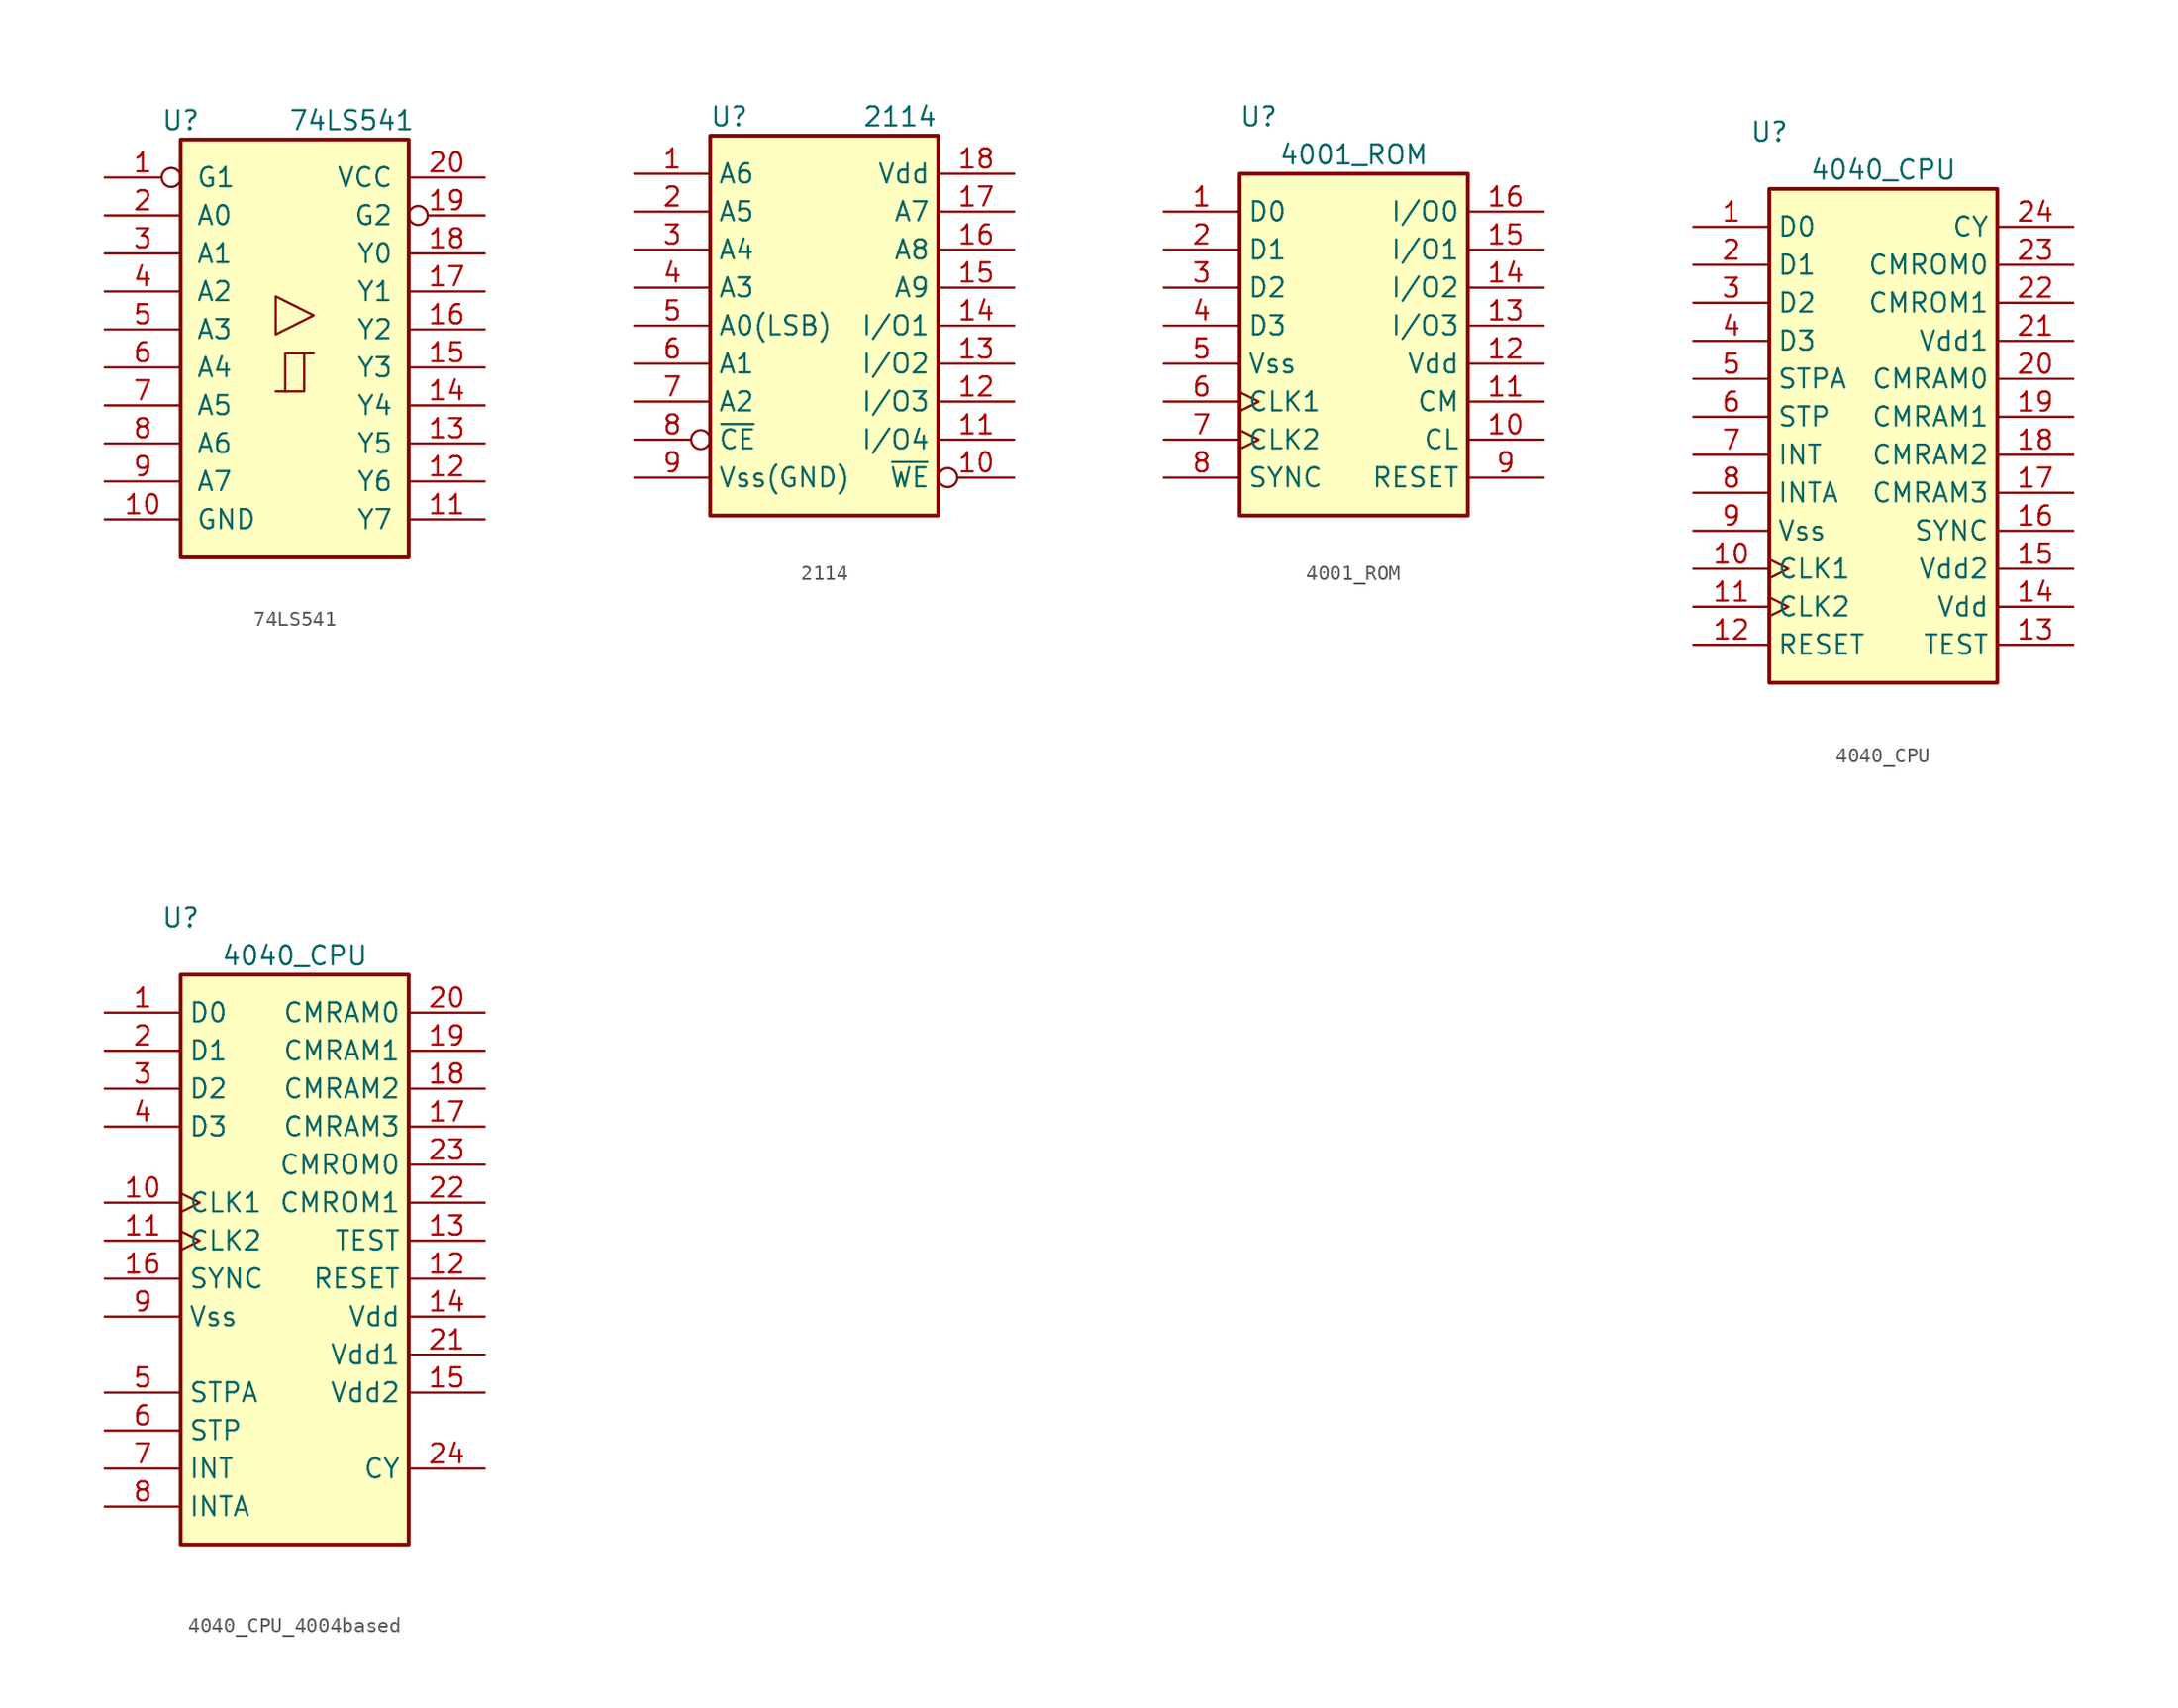
<source format=kicad_sym>
(kicad_symbol_lib
  (version 20220914)
  (generator kicad_symbol_editor)
  (symbol "74LS541"
    (pin_names
      (offset 1.016))
    (property "Reference" "U"
      (at -7.62 15.24 0)
      (effects (font (size 1.27 1.27))))
    (property "Value" "74LS541"
      (at 3.81 15.24 0)
      (effects (font (size 1.27 1.27))))
    (symbol "74LS541_1_0"
      (polyline (pts (xy -0.635 -2.87) (xy -0.635 -0.33) (xy 0.635 -0.33)) (stroke (width 0) (type default)) (fill (type none)))
      (polyline (pts (xy -1.27 -2.87) (xy 0.635 -2.87) (xy 0.635 -0.33) (xy 1.27 -0.33)) (stroke (width 0) (type default)) (fill (type none)))
      (polyline (pts (xy 1.27 2.21) (xy -1.27 3.48) (xy -1.27 0.94) (xy 1.27 2.21)) (stroke (width 0.152) (type default)) (fill (type none)))
      (pin input inverted (at -12.7 11.43 0) (length 5.08) (name "G1" (effects (font (size 1.27 1.27)))) (number "1" (effects (font (size 1.27 1.27)))))
      (pin power_in line (at -12.7 -11.43 0) (length 5.08) (name "GND" (effects (font (size 1.27 1.27)))) (number "10" (effects (font (size 1.27 1.27)))))
      (pin tri_state line (at 12.7 -11.43 180) (length 5.08) (name "Y7" (effects (font (size 1.27 1.27)))) (number "11" (effects (font (size 1.27 1.27)))))
      (pin tri_state line (at 12.7 -8.89 180) (length 5.08) (name "Y6" (effects (font (size 1.27 1.27)))) (number "12" (effects (font (size 1.27 1.27)))))
      (pin tri_state line (at 12.7 -6.35 180) (length 5.08) (name "Y5" (effects (font (size 1.27 1.27)))) (number "13" (effects (font (size 1.27 1.27)))))
      (pin tri_state line (at 12.7 -3.81 180) (length 5.08) (name "Y4" (effects (font (size 1.27 1.27)))) (number "14" (effects (font (size 1.27 1.27)))))
      (pin tri_state line (at 12.7 -1.27 180) (length 5.08) (name "Y3" (effects (font (size 1.27 1.27)))) (number "15" (effects (font (size 1.27 1.27)))))
      (pin tri_state line (at 12.7 1.27 180) (length 5.08) (name "Y2" (effects (font (size 1.27 1.27)))) (number "16" (effects (font (size 1.27 1.27)))))
      (pin tri_state line (at 12.7 3.81 180) (length 5.08) (name "Y1" (effects (font (size 1.27 1.27)))) (number "17" (effects (font (size 1.27 1.27)))))
      (pin tri_state line (at 12.7 6.35 180) (length 5.08) (name "Y0" (effects (font (size 1.27 1.27)))) (number "18" (effects (font (size 1.27 1.27)))))
      (pin input inverted (at 12.7 8.89 180) (length 5.08) (name "G2" (effects (font (size 1.27 1.27)))) (number "19" (effects (font (size 1.27 1.27)))))
      (pin input line (at -12.7 8.89 0) (length 5.08) (name "A0" (effects (font (size 1.27 1.27)))) (number "2" (effects (font (size 1.27 1.27)))))
      (pin power_in line (at 12.7 11.43 180) (length 5.08) (name "VCC" (effects (font (size 1.27 1.27)))) (number "20" (effects (font (size 1.27 1.27)))))
      (pin input line (at -12.7 6.35 0) (length 5.08) (name "A1" (effects (font (size 1.27 1.27)))) (number "3" (effects (font (size 1.27 1.27)))))
      (pin input line (at -12.7 3.81 0) (length 5.08) (name "A2" (effects (font (size 1.27 1.27)))) (number "4" (effects (font (size 1.27 1.27)))))
      (pin input line (at -12.7 1.27 0) (length 5.08) (name "A3" (effects (font (size 1.27 1.27)))) (number "5" (effects (font (size 1.27 1.27)))))
      (pin input line (at -12.7 -1.27 0) (length 5.08) (name "A4" (effects (font (size 1.27 1.27)))) (number "6" (effects (font (size 1.27 1.27)))))
      (pin input line (at -12.7 -3.81 0) (length 5.08) (name "A5" (effects (font (size 1.27 1.27)))) (number "7" (effects (font (size 1.27 1.27)))))
      (pin input line (at -12.7 -6.35 0) (length 5.08) (name "A6" (effects (font (size 1.27 1.27)))) (number "8" (effects (font (size 1.27 1.27)))))
      (pin input line (at -12.7 -8.89 0) (length 5.08) (name "A7" (effects (font (size 1.27 1.27)))) (number "9" (effects (font (size 1.27 1.27))))))
    (symbol "74LS541_1_1"
      (rectangle (start -7.62 13.97) (end 7.62 -13.97) (stroke (width 0.254) (type default)) (fill (type background)))))
  (symbol "2114"
    (property "Reference" "U"
      (at -6.35 24.13 0)
      (effects (font (size 1.27 1.27))))
    (property "Value" "2114"
      (at 2.54 24.13 0)
      (effects (font (size 1.27 1.27)) (justify left)))
    (symbol "2114_1_1"
      (rectangle (start -7.62 22.86) (end 7.62 -2.54) (stroke (width 0.254) (type default)) (fill (type background)))
      (pin input line (at -12.7 20.32 0) (length 5.08) (name "A6" (effects (font (size 1.27 1.27)))) (number "1" (effects (font (size 1.27 1.27)))))
      (pin input inverted (at 12.7 0 180) (length 5.08) (name "~{WE}" (effects (font (size 1.27 1.27)))) (number "10" (effects (font (size 1.27 1.27)))))
      (pin tri_state line (at 12.7 2.54 180) (length 5.08) (name "I/O4" (effects (font (size 1.27 1.27)))) (number "11" (effects (font (size 1.27 1.27)))))
      (pin tri_state line (at 12.7 5.08 180) (length 5.08) (name "I/O3" (effects (font (size 1.27 1.27)))) (number "12" (effects (font (size 1.27 1.27)))))
      (pin tri_state line (at 12.7 7.62 180) (length 5.08) (name "I/O2" (effects (font (size 1.27 1.27)))) (number "13" (effects (font (size 1.27 1.27)))))
      (pin tri_state line (at 12.7 10.16 180) (length 5.08) (name "I/O1" (effects (font (size 1.27 1.27)))) (number "14" (effects (font (size 1.27 1.27)))))
      (pin input line (at 12.7 12.7 180) (length 5.08) (name "A9" (effects (font (size 1.27 1.27)))) (number "15" (effects (font (size 1.27 1.27)))))
      (pin input line (at 12.7 15.24 180) (length 5.08) (name "A8" (effects (font (size 1.27 1.27)))) (number "16" (effects (font (size 1.27 1.27)))))
      (pin input line (at 12.7 17.78 180) (length 5.08) (name "A7" (effects (font (size 1.27 1.27)))) (number "17" (effects (font (size 1.27 1.27)))))
      (pin power_in line (at 12.7 20.32 180) (length 5.08) (name "Vdd" (effects (font (size 1.27 1.27)))) (number "18" (effects (font (size 1.27 1.27)))))
      (pin input line (at -12.7 17.78 0) (length 5.08) (name "A5" (effects (font (size 1.27 1.27)))) (number "2" (effects (font (size 1.27 1.27)))))
      (pin input line (at -12.7 15.24 0) (length 5.08) (name "A4" (effects (font (size 1.27 1.27)))) (number "3" (effects (font (size 1.27 1.27)))))
      (pin input line (at -12.7 12.7 0) (length 5.08) (name "A3" (effects (font (size 1.27 1.27)))) (number "4" (effects (font (size 1.27 1.27)))))
      (pin input line (at -12.7 10.16 0) (length 5.08) (name "A0(LSB)" (effects (font (size 1.27 1.27)))) (number "5" (effects (font (size 1.27 1.27)))))
      (pin input line (at -12.7 7.62 0) (length 5.08) (name "A1" (effects (font (size 1.27 1.27)))) (number "6" (effects (font (size 1.27 1.27)))))
      (pin input line (at -12.7 5.08 0) (length 5.08) (name "A2" (effects (font (size 1.27 1.27)))) (number "7" (effects (font (size 1.27 1.27)))))
      (pin input inverted (at -12.7 2.54 0) (length 5.08) (name "~{CE}" (effects (font (size 1.27 1.27)))) (number "8" (effects (font (size 1.27 1.27)))))
      (pin power_in line (at -12.7 0 0) (length 5.08) (name "Vss(GND)" (effects (font (size 1.27 1.27)))) (number "9" (effects (font (size 1.27 1.27)))))))
  (symbol "4001_ROM"
    (property "Reference" "U"
      (at -6.35 13.97 0)
      (effects (font (size 1.27 1.27))))
    (property "Value" "4001_ROM"
      (at 0 11.43 0)
      (effects (font (size 1.27 1.27))))
    (symbol "4001_ROM_1_0"
      (pin bidirectional line (at -12.7 7.62 0) (length 5.08) (name "D0" (effects (font (size 1.27 1.27)))) (number "1" (effects (font (size 1.27 1.27)))))
      (pin input line (at 12.7 -7.62 180) (length 5.08) (name "CL" (effects (font (size 1.27 1.27)))) (number "10" (effects (font (size 1.27 1.27)))))
      (pin input line (at 12.7 -5.08 180) (length 5.08) (name "CM" (effects (font (size 1.27 1.27)))) (number "11" (effects (font (size 1.27 1.27)))))
      (pin power_in line (at 12.7 -2.54 180) (length 5.08) (name "Vdd" (effects (font (size 1.27 1.27)))) (number "12" (effects (font (size 1.27 1.27)))))
      (pin bidirectional line (at 12.7 0 180) (length 5.08) (name "I/O3" (effects (font (size 1.27 1.27)))) (number "13" (effects (font (size 1.27 1.27)))))
      (pin bidirectional line (at 12.7 2.54 180) (length 5.08) (name "I/O2" (effects (font (size 1.27 1.27)))) (number "14" (effects (font (size 1.27 1.27)))))
      (pin bidirectional line (at 12.7 5.08 180) (length 5.08) (name "I/O1" (effects (font (size 1.27 1.27)))) (number "15" (effects (font (size 1.27 1.27)))))
      (pin bidirectional line (at 12.7 7.62 180) (length 5.08) (name "I/O0" (effects (font (size 1.27 1.27)))) (number "16" (effects (font (size 1.27 1.27)))))
      (pin bidirectional line (at -12.7 5.08 0) (length 5.08) (name "D1" (effects (font (size 1.27 1.27)))) (number "2" (effects (font (size 1.27 1.27)))))
      (pin bidirectional line (at -12.7 2.54 0) (length 5.08) (name "D2" (effects (font (size 1.27 1.27)))) (number "3" (effects (font (size 1.27 1.27)))))
      (pin bidirectional line (at -12.7 0 0) (length 5.08) (name "D3" (effects (font (size 1.27 1.27)))) (number "4" (effects (font (size 1.27 1.27)))))
      (pin power_in line (at -12.7 -2.54 0) (length 5.08) (name "Vss" (effects (font (size 1.27 1.27)))) (number "5" (effects (font (size 1.27 1.27)))))
      (pin input clock (at -12.7 -5.08 0) (length 5.08) (name "CLK1" (effects (font (size 1.27 1.27)))) (number "6" (effects (font (size 1.27 1.27)))))
      (pin input clock (at -12.7 -7.62 0) (length 5.08) (name "CLK2" (effects (font (size 1.27 1.27)))) (number "7" (effects (font (size 1.27 1.27)))))
      (pin input line (at -12.7 -10.16 0) (length 5.08) (name "SYNC" (effects (font (size 1.27 1.27)))) (number "8" (effects (font (size 1.27 1.27)))))
      (pin input line (at 12.7 -10.16 180) (length 5.08) (name "RESET" (effects (font (size 1.27 1.27)))) (number "9" (effects (font (size 1.27 1.27))))))
    (symbol "4001_ROM_1_1"
      (rectangle (start -7.62 10.16) (end 7.62 -12.7) (stroke (width 0.254) (type default)) (fill (type background)))))
  (symbol "4040_CPU"
    (property "Reference" "U"
      (at -7.62 19.05 0)
      (effects (font (size 1.27 1.27))))
    (property "Value" "4040_CPU"
      (at 0 16.51 0)
      (effects (font (size 1.27 1.27))))
    (symbol "4040_CPU_1_0"
      (pin bidirectional line (at -12.7 12.7 0) (length 5.08) (name "D0" (effects (font (size 1.27 1.27)))) (number "1" (effects (font (size 1.27 1.27)))))
      (pin input clock (at -12.7 -10.16 0) (length 5.08) (name "CLK1" (effects (font (size 1.27 1.27)))) (number "10" (effects (font (size 1.27 1.27)))))
      (pin input clock (at -12.7 -12.7 0) (length 5.08) (name "CLK2" (effects (font (size 1.27 1.27)))) (number "11" (effects (font (size 1.27 1.27)))))
      (pin input line (at -12.7 -15.24 0) (length 5.08) (name "RESET" (effects (font (size 1.27 1.27)))) (number "12" (effects (font (size 1.27 1.27)))))
      (pin input line (at 12.7 -15.24 180) (length 5.08) (name "TEST" (effects (font (size 1.27 1.27)))) (number "13" (effects (font (size 1.27 1.27)))))
      (pin power_in line (at 12.7 -12.7 180) (length 5.08) (name "Vdd" (effects (font (size 1.27 1.27)))) (number "14" (effects (font (size 1.27 1.27)))))
      (pin power_in line (at 12.7 -10.16 180) (length 5.08) (name "Vdd2" (effects (font (size 1.27 1.27)))) (number "15" (effects (font (size 1.27 1.27)))))
      (pin output line (at 12.7 -7.62 180) (length 5.08) (name "SYNC" (effects (font (size 1.27 1.27)))) (number "16" (effects (font (size 1.27 1.27)))))
      (pin output line (at 12.7 -5.08 180) (length 5.08) (name "CMRAM3" (effects (font (size 1.27 1.27)))) (number "17" (effects (font (size 1.27 1.27)))))
      (pin output line (at 12.7 -2.54 180) (length 5.08) (name "CMRAM2" (effects (font (size 1.27 1.27)))) (number "18" (effects (font (size 1.27 1.27)))))
      (pin output line (at 12.7 0 180) (length 5.08) (name "CMRAM1" (effects (font (size 1.27 1.27)))) (number "19" (effects (font (size 1.27 1.27)))))
      (pin bidirectional line (at -12.7 10.16 0) (length 5.08) (name "D1" (effects (font (size 1.27 1.27)))) (number "2" (effects (font (size 1.27 1.27)))))
      (pin output line (at 12.7 2.54 180) (length 5.08) (name "CMRAM0" (effects (font (size 1.27 1.27)))) (number "20" (effects (font (size 1.27 1.27)))))
      (pin power_in line (at 12.7 5.08 180) (length 5.08) (name "Vdd1" (effects (font (size 1.27 1.27)))) (number "21" (effects (font (size 1.27 1.27)))))
      (pin output line (at 12.7 7.62 180) (length 5.08) (name "CMROM1" (effects (font (size 1.27 1.27)))) (number "22" (effects (font (size 1.27 1.27)))))
      (pin output line (at 12.7 10.16 180) (length 5.08) (name "CMROM0" (effects (font (size 1.27 1.27)))) (number "23" (effects (font (size 1.27 1.27)))))
      (pin output line (at 12.7 12.7 180) (length 5.08) (name "CY" (effects (font (size 1.27 1.27)))) (number "24" (effects (font (size 1.27 1.27)))))
      (pin bidirectional line (at -12.7 7.62 0) (length 5.08) (name "D2" (effects (font (size 1.27 1.27)))) (number "3" (effects (font (size 1.27 1.27)))))
      (pin bidirectional line (at -12.7 5.08 0) (length 5.08) (name "D3" (effects (font (size 1.27 1.27)))) (number "4" (effects (font (size 1.27 1.27)))))
      (pin output line (at -12.7 2.54 0) (length 5.08) (name "STPA" (effects (font (size 1.27 1.27)))) (number "5" (effects (font (size 1.27 1.27)))))
      (pin input line (at -12.7 0 0) (length 5.08) (name "STP" (effects (font (size 1.27 1.27)))) (number "6" (effects (font (size 1.27 1.27)))))
      (pin input line (at -12.7 -2.54 0) (length 5.08) (name "INT" (effects (font (size 1.27 1.27)))) (number "7" (effects (font (size 1.27 1.27)))))
      (pin output line (at -12.7 -5.08 0) (length 5.08) (name "INTA" (effects (font (size 1.27 1.27)))) (number "8" (effects (font (size 1.27 1.27)))))
      (pin power_in line (at -12.7 -7.62 0) (length 5.08) (name "Vss" (effects (font (size 1.27 1.27)))) (number "9" (effects (font (size 1.27 1.27))))))
    (symbol "4040_CPU_1_1"
      (rectangle (start -7.62 15.24) (end 7.62 -17.78) (stroke (width 0.254) (type default)) (fill (type background)))))
  (symbol "4040_CPU_4004based"
    (property "Reference" "U"
      (at -7.62 21.59 0)
      (effects (font (size 1.27 1.27))))
    (property "Value" "4040_CPU"
      (at 0 19.05 0)
      (effects (font (size 1.27 1.27))))
    (symbol "4040_CPU_4004based_1_0"
      (pin bidirectional line (at -12.7 15.24 0) (length 5.08) (name "D0" (effects (font (size 1.27 1.27)))) (number "1" (effects (font (size 1.27 1.27)))))
      (pin input clock (at -12.7 2.54 0) (length 5.08) (name "CLK1" (effects (font (size 1.27 1.27)))) (number "10" (effects (font (size 1.27 1.27)))))
      (pin input clock (at -12.7 0 0) (length 5.08) (name "CLK2" (effects (font (size 1.27 1.27)))) (number "11" (effects (font (size 1.27 1.27)))))
      (pin input line (at 12.7 -2.54 180) (length 5.08) (name "RESET" (effects (font (size 1.27 1.27)))) (number "12" (effects (font (size 1.27 1.27)))))
      (pin input line (at 12.7 0 180) (length 5.08) (name "TEST" (effects (font (size 1.27 1.27)))) (number "13" (effects (font (size 1.27 1.27)))))
      (pin power_in line (at 12.7 -5.08 180) (length 5.08) (name "Vdd" (effects (font (size 1.27 1.27)))) (number "14" (effects (font (size 1.27 1.27)))))
      (pin power_in line (at 12.7 -10.16 180) (length 5.08) (name "Vdd2" (effects (font (size 1.27 1.27)))) (number "15" (effects (font (size 1.27 1.27)))))
      (pin output line (at -12.7 -2.54 0) (length 5.08) (name "SYNC" (effects (font (size 1.27 1.27)))) (number "16" (effects (font (size 1.27 1.27)))))
      (pin output line (at 12.7 7.62 180) (length 5.08) (name "CMRAM3" (effects (font (size 1.27 1.27)))) (number "17" (effects (font (size 1.27 1.27)))))
      (pin output line (at 12.7 10.16 180) (length 5.08) (name "CMRAM2" (effects (font (size 1.27 1.27)))) (number "18" (effects (font (size 1.27 1.27)))))
      (pin output line (at 12.7 12.7 180) (length 5.08) (name "CMRAM1" (effects (font (size 1.27 1.27)))) (number "19" (effects (font (size 1.27 1.27)))))
      (pin bidirectional line (at -12.7 12.7 0) (length 5.08) (name "D1" (effects (font (size 1.27 1.27)))) (number "2" (effects (font (size 1.27 1.27)))))
      (pin output line (at 12.7 15.24 180) (length 5.08) (name "CMRAM0" (effects (font (size 1.27 1.27)))) (number "20" (effects (font (size 1.27 1.27)))))
      (pin power_in line (at 12.7 -7.62 180) (length 5.08) (name "Vdd1" (effects (font (size 1.27 1.27)))) (number "21" (effects (font (size 1.27 1.27)))))
      (pin output line (at 12.7 2.54 180) (length 5.08) (name "CMROM1" (effects (font (size 1.27 1.27)))) (number "22" (effects (font (size 1.27 1.27)))))
      (pin output line (at 12.7 5.08 180) (length 5.08) (name "CMROM0" (effects (font (size 1.27 1.27)))) (number "23" (effects (font (size 1.27 1.27)))))
      (pin output line (at 12.7 -15.24 180) (length 5.08) (name "CY" (effects (font (size 1.27 1.27)))) (number "24" (effects (font (size 1.27 1.27)))))
      (pin bidirectional line (at -12.7 10.16 0) (length 5.08) (name "D2" (effects (font (size 1.27 1.27)))) (number "3" (effects (font (size 1.27 1.27)))))
      (pin bidirectional line (at -12.7 7.62 0) (length 5.08) (name "D3" (effects (font (size 1.27 1.27)))) (number "4" (effects (font (size 1.27 1.27)))))
      (pin output line (at -12.7 -10.16 0) (length 5.08) (name "STPA" (effects (font (size 1.27 1.27)))) (number "5" (effects (font (size 1.27 1.27)))))
      (pin input line (at -12.7 -12.7 0) (length 5.08) (name "STP" (effects (font (size 1.27 1.27)))) (number "6" (effects (font (size 1.27 1.27)))))
      (pin input line (at -12.7 -15.24 0) (length 5.08) (name "INT" (effects (font (size 1.27 1.27)))) (number "7" (effects (font (size 1.27 1.27)))))
      (pin output line (at -12.7 -17.78 0) (length 5.08) (name "INTA" (effects (font (size 1.27 1.27)))) (number "8" (effects (font (size 1.27 1.27)))))
      (pin power_in line (at -12.7 -5.08 0) (length 5.08) (name "Vss" (effects (font (size 1.27 1.27)))) (number "9" (effects (font (size 1.27 1.27))))))
    (symbol "4040_CPU_4004based_1_1"
      (rectangle (start -7.62 17.78) (end 7.62 -20.32) (stroke (width 0.254) (type default)) (fill (type background))))))
</source>
